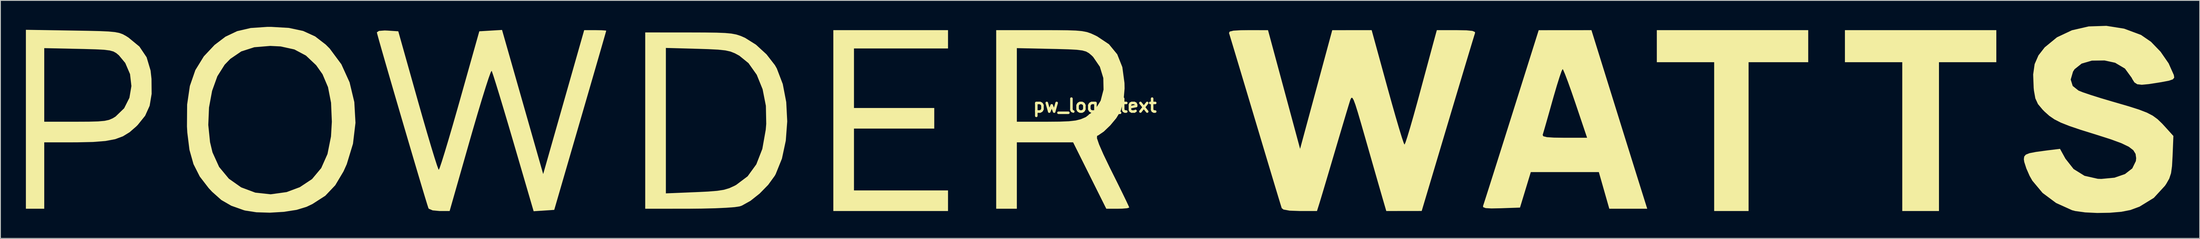
<source format=kicad_pcb>
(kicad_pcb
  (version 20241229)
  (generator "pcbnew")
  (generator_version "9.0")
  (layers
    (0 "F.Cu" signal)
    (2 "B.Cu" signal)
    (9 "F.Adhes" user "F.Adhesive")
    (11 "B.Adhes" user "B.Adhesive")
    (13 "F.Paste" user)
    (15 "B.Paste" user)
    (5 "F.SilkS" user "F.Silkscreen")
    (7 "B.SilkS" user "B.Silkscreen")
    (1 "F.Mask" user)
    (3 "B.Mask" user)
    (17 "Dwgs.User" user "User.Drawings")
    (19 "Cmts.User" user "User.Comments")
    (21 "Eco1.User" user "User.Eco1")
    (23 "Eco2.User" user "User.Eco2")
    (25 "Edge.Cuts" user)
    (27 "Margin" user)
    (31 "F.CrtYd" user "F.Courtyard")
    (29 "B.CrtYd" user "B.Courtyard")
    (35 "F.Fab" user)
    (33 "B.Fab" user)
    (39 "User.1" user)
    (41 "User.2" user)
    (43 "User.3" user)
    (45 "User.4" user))
  (footprint "pw_logo_text"
    (layer "F.Cu")
    (at 125.919 9.425)
    (property "Reference" "pw_logo_text" (at 0 0 0) (layer "F.SilkS") (effects (font (size 1.524 1.524) (thickness 0.3))))
    (attr board_only exclude_from_pos_files exclude_from_bom)
    (fp_poly (pts (xy 84.036 -5.134) (xy 77.011 -5.134) (xy 77.011 12.43) (xy 72.957 12.43) (xy 72.957 -5.134) (xy 66.202 -5.134) (xy 66.202 -8.917) (xy 84.036 -8.917)) (stroke (width 0) (type solid)) (fill yes) (layer "F.SilkS"))
    (fp_poly (pts (xy 106.194 -5.134) (xy 99.438 -5.134) (xy 99.438 12.43) (xy 95.115 12.43) (xy 95.115 -5.134) (xy 88.36 -5.134) (xy 88.36 -8.917) (xy 106.194 -8.917)) (stroke (width 0) (type solid)) (fill yes) (layer "F.SilkS"))
    (fp_poly (pts (xy -17.294 -6.755) (xy -28.372 -6.755) (xy -28.372 0.27) (xy -18.915 0.27) (xy -18.915 2.702) (xy -28.372 2.702) (xy -28.372 9.998) (xy -17.294 9.998) (xy -17.294 12.43) (xy -30.804 12.43) (xy -30.804 -8.917) (xy -17.294 -8.917)) (stroke (width 0) (type solid)) (fill yes) (layer "F.SilkS"))
    (fp_poly (pts (xy -120.447 -8.869) (xy -118.597 -8.838) (xy -117.202 -8.805) (xy -116.18 -8.758) (xy -115.447 -8.689) (xy -114.918 -8.585) (xy -114.51 -8.437) (xy -114.138 -8.234) (xy -113.83 -8.037) (xy -112.545 -6.978) (xy -111.697 -5.715) (xy -111.231 -4.151) (xy -111.122 -3.167) (xy -111.106 -1.397) (xy -111.341 0.01) (xy -111.872 1.187) (xy -112.741 2.269) (xy -112.943 2.47) (xy -113.701 3.128) (xy -114.49 3.613) (xy -115.407 3.952) (xy -116.549 4.166) (xy -118.012 4.282) (xy -119.895 4.322) (xy -120.393 4.323) (xy -123.757 4.323) (xy -123.757 12.16) (xy -125.919 12.16) (xy -125.919 -6.794) (xy -123.757 -6.794) (xy -123.757 1.891) (xy -120.014 1.891) (xy -118.497 1.885) (xy -117.414 1.855) (xy -116.657 1.789) (xy -116.121 1.672) (xy -115.697 1.49) (xy -115.353 1.278) (xy -114.346 0.305) (xy -113.723 -0.934) (xy -113.489 -2.32) (xy -113.651 -3.73) (xy -114.216 -5.044) (xy -114.962 -5.945) (xy -115.27 -6.206) (xy -115.6 -6.393) (xy -116.048 -6.519) (xy -116.71 -6.601) (xy -117.683 -6.653) (xy -119.063 -6.693) (xy -119.725 -6.707) (xy -123.757 -6.794) (xy -125.919 -6.794) (xy -125.919 -8.957)) (stroke (width 0) (type solid)) (fill yes) (layer "F.SilkS"))
    (fp_poly (pts (xy 60.875 -1.283) (xy 61.532 0.828) (xy 62.185 2.928) (xy 62.805 4.917) (xy 63.36 6.695) (xy 63.818 8.162) (xy 64.149 9.218) (xy 64.16 9.255) (xy 65.072 12.16) (xy 60.603 12.16) (xy 59.987 9.998) (xy 59.372 7.836) (xy 51.357 7.836) (xy 50.085 12.024) (xy 47.842 12.103) (xy 46.711 12.125) (xy 46.038 12.086) (xy 45.746 11.975) (xy 45.731 11.833) (xy 45.839 11.506) (xy 46.091 10.72) (xy 46.469 9.534) (xy 46.954 8.005) (xy 47.528 6.189) (xy 48.174 4.145) (xy 48.394 3.445) (xy 52.753 3.445) (xy 52.833 3.607) (xy 53.254 3.712) (xy 54.083 3.767) (xy 55.31 3.783) (xy 57.987 3.783) (xy 56.623 -0.27) (xy 56.15 -1.647) (xy 55.729 -2.824) (xy 55.391 -3.713) (xy 55.17 -4.229) (xy 55.105 -4.323) (xy 54.982 -4.078) (xy 54.747 -3.403) (xy 54.43 -2.392) (xy 54.062 -1.137) (xy 53.912 -0.608) (xy 53.531 0.751) (xy 53.195 1.936) (xy 52.934 2.844) (xy 52.778 3.371) (xy 52.753 3.445) (xy 48.394 3.445) (xy 48.872 1.93) (xy 49.075 1.286) (xy 52.286 -8.912) (xy 55.394 -8.914) (xy 58.501 -8.916)) (stroke (width 0) (type solid)) (fill yes) (layer "F.SilkS"))
    (fp_poly (pts (xy -47.76 -8.644) (xy -45.938 -8.639) (xy -44.565 -8.621) (xy -43.549 -8.581) (xy -42.8 -8.51) (xy -42.225 -8.4) (xy -41.734 -8.24) (xy -41.234 -8.023) (xy -41.207 -8.011) (xy -39.914 -7.199) (xy -38.674 -6.06) (xy -37.686 -4.787) (xy -37.462 -4.395) (xy -36.76 -2.557) (xy -36.351 -0.426) (xy -36.234 1.85) (xy -36.404 4.124) (xy -36.858 6.248) (xy -37.595 8.076) (xy -37.71 8.282) (xy -38.476 9.338) (xy -39.477 10.363) (xy -40.563 11.226) (xy -41.579 11.792) (xy -41.85 11.885) (xy -42.43 11.972) (xy -43.445 12.047) (xy -44.787 12.107) (xy -46.35 12.145) (xy -47.895 12.158) (xy -52.962 12.16) (xy -52.962 -6.817) (xy -50.53 -6.817) (xy -50.53 10.346) (xy -47.046 10.204) (xy -45.556 10.134) (xy -44.48 10.047) (xy -43.693 9.923) (xy -43.067 9.737) (xy -42.477 9.469) (xy -42.25 9.348) (xy -40.901 8.333) (xy -39.877 6.922) (xy -39.168 5.099) (xy -38.767 2.847) (xy -38.708 2.139) (xy -38.75 0.013) (xy -39.135 -1.945) (xy -39.828 -3.653) (xy -40.798 -5.024) (xy -41.877 -5.9) (xy -42.409 -6.189) (xy -42.925 -6.392) (xy -43.539 -6.528) (xy -44.369 -6.616) (xy -45.528 -6.675) (xy -46.812 -6.715) (xy -50.53 -6.817) (xy -52.962 -6.817) (xy -52.962 -8.647)) (stroke (width 0) (type solid)) (fill yes) (layer "F.SilkS"))
    (fp_poly (pts (xy -4.593 -8.915) (xy -3.236 -8.902) (xy -2.237 -8.867) (xy -1.504 -8.801) (xy -0.946 -8.694) (xy -0.472 -8.535) (xy 0.01 -8.314) (xy 0.289 -8.174) (xy 1.665 -7.254) (xy 2.64 -6.066) (xy 3.24 -4.557) (xy 3.493 -2.675) (xy 3.505 -2.027) (xy 3.387 -0.659) (xy 3.074 0.523) (xy 3.009 0.678) (xy 2.523 1.476) (xy 1.821 2.321) (xy 1.057 3.054) (xy 0.382 3.513) (xy 0.266 3.559) (xy 0.251 3.84) (xy 0.501 4.571) (xy 1.008 5.735) (xy 1.767 7.315) (xy 1.996 7.775) (xy 2.673 9.135) (xy 3.256 10.321) (xy 3.706 11.251) (xy 3.983 11.845) (xy 4.053 12.021) (xy 3.81 12.1) (xy 3.188 12.15) (xy 2.701 12.16) (xy 1.349 12.16) (xy -0.605 8.241) (xy -2.558 4.323) (xy -9.187 4.323) (xy -9.187 12.16) (xy -11.619 12.16) (xy -11.619 -6.794) (xy -9.187 -6.794) (xy -9.187 1.891) (xy -5.664 1.891) (xy -4.146 1.88) (xy -3.051 1.837) (xy -2.26 1.747) (xy -1.656 1.596) (xy -1.121 1.371) (xy -1.05 1.335) (xy -0.009 0.525) (xy 0.686 -0.591) (xy 1.026 -1.895) (xy 0.998 -3.269) (xy 0.593 -4.596) (xy -0.201 -5.757) (xy -0.391 -5.945) (xy -0.7 -6.206) (xy -1.03 -6.393) (xy -1.478 -6.519) (xy -2.14 -6.601) (xy -3.113 -6.653) (xy -4.493 -6.693) (xy -5.155 -6.707) (xy -9.187 -6.794) (xy -11.619 -6.794) (xy -11.619 -8.917) (xy -6.398 -8.917)) (stroke (width 0) (type solid)) (fill yes) (layer "F.SilkS"))
    (fp_poly (pts (xy -64.983 8.068) (xy -60.153 -8.917) (xy -58.854 -8.917) (xy -58.101 -8.904) (xy -57.633 -8.872) (xy -57.557 -8.849) (xy -57.63 -8.584) (xy -57.839 -7.855) (xy -58.166 -6.716) (xy -58.597 -5.224) (xy -59.115 -3.433) (xy -59.705 -1.397) (xy -60.35 0.827) (xy -60.62 1.756) (xy -63.681 12.295) (xy -66.107 12.456) (xy -68.497 4.269) (xy -69.089 2.255) (xy -69.638 0.408) (xy -70.124 -1.207) (xy -70.53 -2.528) (xy -70.834 -3.49) (xy -71.017 -4.029) (xy -71.058 -4.121) (xy -71.17 -3.921) (xy -71.409 -3.26) (xy -71.755 -2.198) (xy -72.191 -0.793) (xy -72.698 0.894) (xy -73.257 2.805) (xy -73.616 4.053) (xy -76.003 12.43) (xy -77.191 12.43) (xy -77.997 12.356) (xy -78.456 12.161) (xy -78.501 12.092) (xy -78.643 11.653) (xy -78.909 10.784) (xy -79.279 9.553) (xy -79.733 8.029) (xy -80.251 6.28) (xy -80.813 4.372) (xy -81.399 2.376) (xy -81.99 0.357) (xy -82.566 -1.615) (xy -83.105 -3.472) (xy -83.59 -5.147) (xy -83.999 -6.571) (xy -84.313 -7.677) (xy -84.512 -8.396) (xy -84.577 -8.658) (xy -84.328 -8.827) (xy -83.651 -8.878) (xy -83.315 -8.864) (xy -82.053 -8.782) (xy -79.755 -0.608) (xy -79.186 1.396) (xy -78.657 3.222) (xy -78.188 4.807) (xy -77.796 6.09) (xy -77.501 7.008) (xy -77.322 7.5) (xy -77.281 7.566) (xy -77.168 7.316) (xy -76.929 6.607) (xy -76.584 5.502) (xy -76.152 4.063) (xy -75.651 2.352) (xy -75.101 0.431) (xy -74.807 -0.608) (xy -72.508 -8.782) (xy -69.829 -8.941)) (stroke (width 0) (type solid)) (fill yes) (layer "F.SilkS"))
    (fp_poly (pts (xy -94.938 -9.181) (xy -93.257 -8.821) (xy -91.847 -8.177) (xy -90.593 -7.209) (xy -90.126 -6.739) (xy -88.757 -4.891) (xy -87.788 -2.758) (xy -87.231 -0.426) (xy -87.094 2.019) (xy -87.388 4.49) (xy -88.121 6.901) (xy -88.502 7.751) (xy -89.476 9.388) (xy -90.65 10.628) (xy -92.164 11.604) (xy -92.861 11.936) (xy -94.036 12.295) (xy -95.543 12.528) (xy -97.185 12.626) (xy -98.767 12.578) (xy -100.091 12.374) (xy -100.249 12.331) (xy -101.724 11.807) (xy -102.893 11.131) (xy -103.983 10.161) (xy -104.388 9.726) (xy -105.436 8.363) (xy -106.176 6.899) (xy -106.651 5.21) (xy -106.905 3.17) (xy -106.945 2.452) (xy -106.944 2.267) (xy -104.434 2.267) (xy -104.227 4.3) (xy -103.938 5.506) (xy -103.157 7.23) (xy -102.007 8.617) (xy -100.562 9.637) (xy -98.897 10.26) (xy -97.086 10.456) (xy -95.205 10.196) (xy -93.648 9.614) (xy -92.212 8.661) (xy -91.131 7.366) (xy -90.391 5.701) (xy -89.979 3.637) (xy -89.877 1.891) (xy -89.971 -0.349) (xy -90.33 -2.19) (xy -90.976 -3.715) (xy -91.728 -4.78) (xy -92.93 -5.916) (xy -94.287 -6.638) (xy -95.914 -6.996) (xy -97.141 -7.056) (xy -99.019 -6.9) (xy -100.549 -6.406) (xy -101.836 -5.529) (xy -102.502 -4.842) (xy -103.363 -3.478) (xy -103.984 -1.752) (xy -104.347 0.207) (xy -104.434 2.267) (xy -106.944 2.267) (xy -106.926 -0.135) (xy -106.604 -2.329) (xy -105.957 -4.201) (xy -104.959 -5.823) (xy -103.696 -7.168) (xy -102.413 -8.144) (xy -101.035 -8.798) (xy -99.437 -9.17) (xy -97.488 -9.303) (xy -97.006 -9.303)) (stroke (width 0) (type solid)) (fill yes) (layer "F.SilkS"))
    (fp_poly (pts (xy 43.773 -8.896) (xy 44.475 -8.827) (xy 44.776 -8.698) (xy 44.789 -8.579) (xy 44.687 -8.254) (xy 44.448 -7.467) (xy 44.089 -6.278) (xy 43.627 -4.742) (xy 43.081 -2.917) (xy 42.466 -0.862) (xy 41.801 1.368) (xy 41.585 2.092) (xy 38.505 12.425) (xy 36.419 12.427) (xy 34.332 12.43) (xy 33.88 10.876) (xy 33.666 10.134) (xy 33.334 8.981) (xy 32.917 7.525) (xy 32.445 5.875) (xy 31.949 4.139) (xy 31.888 3.923) (xy 31.373 2.128) (xy 30.982 0.798) (xy 30.694 -0.119) (xy 30.485 -0.676) (xy 30.333 -0.929) (xy 30.217 -0.93) (xy 30.114 -0.734) (xy 30.047 -0.535) (xy 29.878 0.014) (xy 29.586 0.984) (xy 29.201 2.276) (xy 28.751 3.791) (xy 28.267 5.432) (xy 28.235 5.539) (xy 27.751 7.18) (xy 27.302 8.696) (xy 26.917 9.991) (xy 26.624 10.968) (xy 26.453 11.53) (xy 26.446 11.552) (xy 26.169 12.43) (xy 24.155 12.43) (xy 22.933 12.386) (xy 22.224 12.254) (xy 22.016 12.092) (xy 21.914 11.765) (xy 21.674 10.979) (xy 21.315 9.791) (xy 20.855 8.261) (xy 20.31 6.446) (xy 19.699 4.405) (xy 19.039 2.196) (xy 18.907 1.756) (xy 18.24 -0.478) (xy 17.618 -2.556) (xy 17.06 -4.419) (xy 16.583 -6.009) (xy 16.205 -7.267) (xy 15.943 -8.135) (xy 15.814 -8.555) (xy 15.806 -8.579) (xy 15.89 -8.751) (xy 16.332 -8.857) (xy 17.199 -8.908) (xy 18.045 -8.916) (xy 20.401 -8.915) (xy 22.291 -1.912) (xy 24.18 5.091) (xy 26.074 -1.912) (xy 27.967 -8.914) (xy 30.289 -8.916) (xy 32.611 -8.917) (xy 34.463 -2.162) (xy 34.967 -0.346) (xy 35.431 1.286) (xy 35.835 2.664) (xy 36.159 3.72) (xy 36.381 4.385) (xy 36.479 4.594) (xy 36.593 4.345) (xy 36.823 3.647) (xy 37.146 2.574) (xy 37.541 1.199) (xy 37.985 -0.403) (xy 38.224 -1.284) (xy 38.696 -3.038) (xy 39.134 -4.663) (xy 39.514 -6.072) (xy 39.811 -7.174) (xy 40.003 -7.881) (xy 40.046 -8.039) (xy 40.287 -8.917) (xy 42.6 -8.917)) (stroke (width 0) (type solid)) (fill yes) (layer "F.SilkS"))
    (fp_poly (pts (xy 121.248 -9.093) (xy 123.235 -8.354) (xy 124.415 -7.542) (xy 125.546 -6.367) (xy 126.491 -4.999) (xy 127.106 -3.621) (xy 127.153 -3.317) (xy 126.995 -3.112) (xy 126.53 -2.952) (xy 125.655 -2.785) (xy 125.4 -2.743) (xy 124.148 -2.548) (xy 123.316 -2.472) (xy 122.791 -2.533) (xy 122.46 -2.751) (xy 122.211 -3.145) (xy 122.136 -3.299) (xy 121.346 -4.383) (xy 120.188 -5.069) (xy 118.945 -5.338) (xy 117.444 -5.32) (xy 116.244 -4.969) (xy 115.414 -4.309) (xy 115.227 -4.017) (xy 114.956 -3.084) (xy 115.194 -2.327) (xy 115.873 -1.787) (xy 116.4 -1.576) (xy 117.326 -1.262) (xy 118.525 -0.884) (xy 119.875 -0.484) (xy 120.087 -0.423) (xy 121.759 0.064) (xy 123.007 0.461) (xy 123.928 0.817) (xy 124.622 1.178) (xy 125.187 1.592) (xy 125.722 2.107) (xy 126.033 2.444) (xy 127.052 3.571) (xy 126.958 5.93) (xy 126.891 7.134) (xy 126.775 7.968) (xy 126.566 8.603) (xy 126.221 9.211) (xy 126.059 9.451) (xy 124.75 10.877) (xy 123.07 11.91) (xy 121.984 12.313) (xy 120.93 12.519) (xy 119.565 12.635) (xy 118.078 12.66) (xy 116.659 12.592) (xy 115.498 12.433) (xy 115.111 12.331) (xy 113.234 11.481) (xy 111.643 10.294) (xy 110.437 8.85) (xy 110.114 8.281) (xy 109.733 7.412) (xy 109.487 6.65) (xy 109.436 6.318) (xy 109.479 6.001) (xy 109.669 5.774) (xy 110.1 5.604) (xy 110.867 5.455) (xy 112.062 5.293) (xy 112.309 5.262) (xy 113.696 5.092) (xy 114.337 6.253) (xy 115.298 7.475) (xy 116.582 8.274) (xy 118.145 8.627) (xy 118.565 8.642) (xy 120.112 8.496) (xy 121.346 8.071) (xy 122.207 7.405) (xy 122.633 6.533) (xy 122.668 6.189) (xy 122.597 5.686) (xy 122.329 5.251) (xy 121.798 4.845) (xy 120.938 4.43) (xy 119.686 3.969) (xy 117.975 3.422) (xy 117.897 3.398) (xy 116.133 2.848) (xy 114.797 2.395) (xy 113.796 1.998) (xy 113.038 1.612) (xy 112.43 1.193) (xy 111.878 0.699) (xy 111.643 0.46) (xy 111.098 -0.194) (xy 110.791 -0.862) (xy 110.627 -1.775) (xy 110.594 -2.104) (xy 110.534 -3.682) (xy 110.707 -4.909) (xy 111.155 -5.936) (xy 111.891 -6.884) (xy 113.339 -8.073) (xy 115.1 -8.902) (xy 117.073 -9.357) (xy 119.156 -9.425)) (stroke (width 0) (type solid)) (fill yes) (layer "F.SilkS")))
  (gr_rect
    (start -3 -3)
    (end 256.072 25.084)
    (stroke (width 0.1) (type default))
    (fill no)
    (layer "Edge.Cuts")))
</source>
